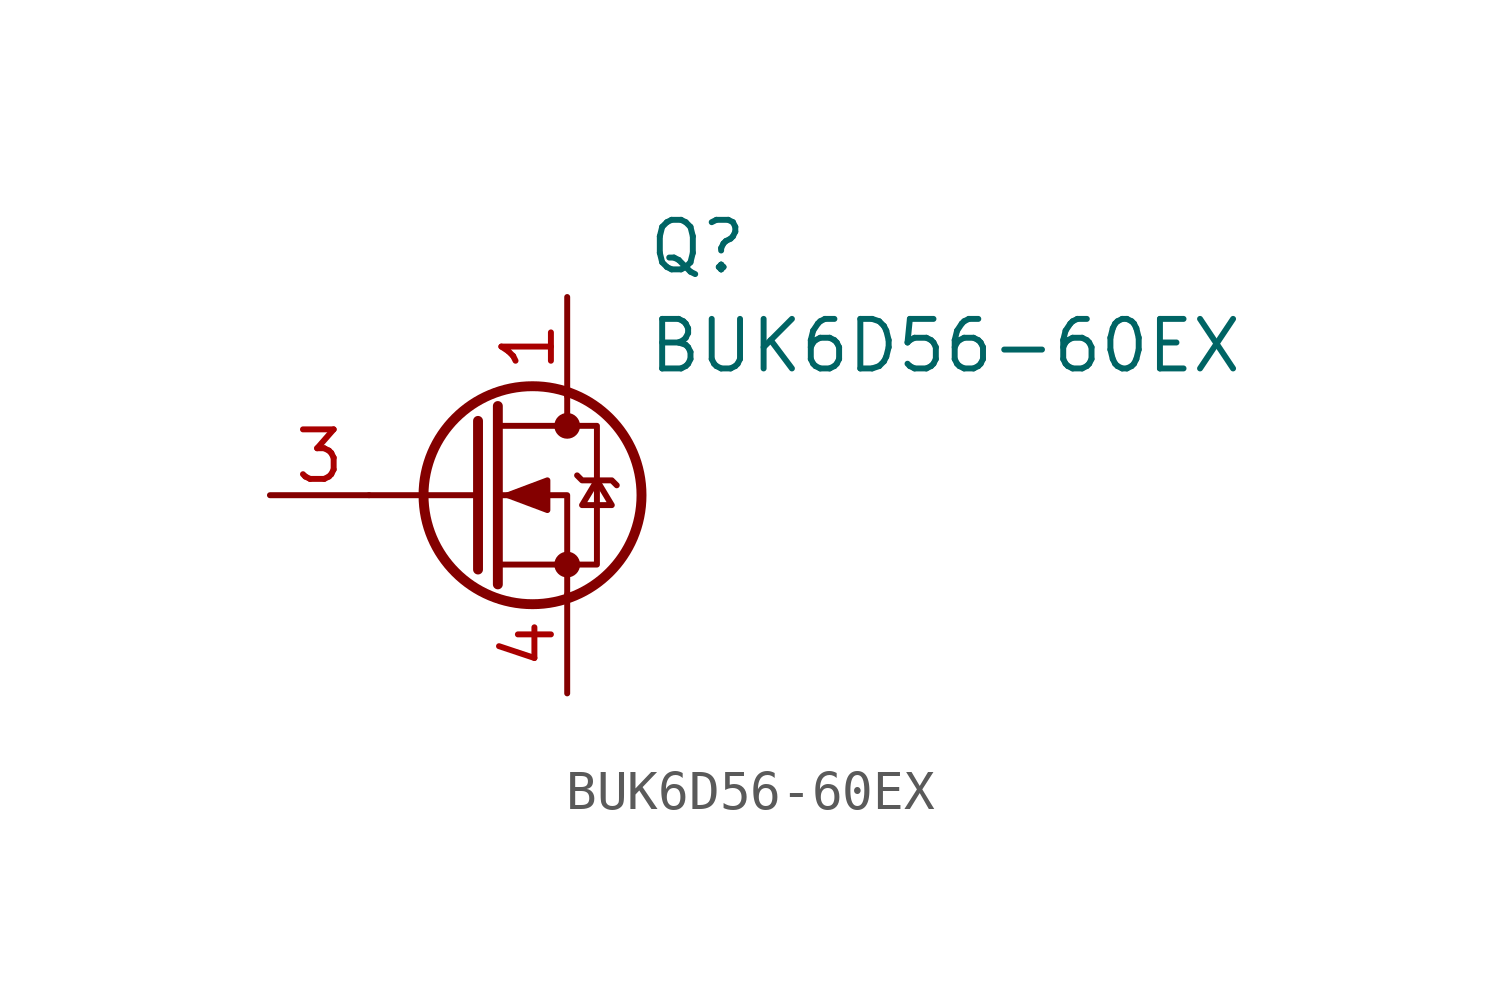
<source format=kicad_sym>
(kicad_symbol_lib
  (version 20231120)
  (generator "kicad_symbol_editor")
  (generator_version "8.0")
  (symbol "BUK6D56-60EX"
    (pin_names hide)
    (property "Reference" "Q"
      (at 9.652 7.112 0)
      (effects (font (size 1.27 1.27)) (justify left top)))
    (property "Value" "BUK6D56-60EX"
      (at 9.652 4.572 0)
      (effects (font (size 1.27 1.27)) (justify left top)))
    (symbol "BUK6D56-60EX_0_1"
      (polyline (pts (xy 5.334 0) (xy 2.54 0)) (stroke (width 0) (type default)) (fill (type none)))
      (polyline (pts (xy 5.334 1.905) (xy 5.334 -1.905)) (stroke (width 0.254) (type default)) (fill (type none)))
      (polyline (pts (xy 5.842 2.286) (xy 5.842 -2.286)) (stroke (width 0.254) (type default)) (fill (type none)))
      (polyline (pts (xy 7.62 2.54) (xy 7.62 1.778)) (stroke (width 0) (type default)) (fill (type none)))
      (polyline (pts (xy 7.62 -2.54) (xy 7.62 0) (xy 5.842 0)) (stroke (width 0) (type default)) (fill (type none)))
      (polyline (pts (xy 5.842 -1.778) (xy 8.382 -1.778) (xy 8.382 1.778) (xy 5.842 1.778)) (stroke (width 0) (type default)) (fill (type none)))
      (polyline (pts (xy 6.096 0) (xy 7.112 0.381) (xy 7.112 -0.381) (xy 6.096 0)) (stroke (width 0) (type default)) (fill (type outline)))
      (polyline (pts (xy 7.874 0.508) (xy 8.001 0.381) (xy 8.763 0.381) (xy 8.89 0.254)) (stroke (width 0) (type default)) (fill (type none)))
      (polyline (pts (xy 8.382 0.381) (xy 8.001 -0.254) (xy 8.763 -0.254) (xy 8.382 0.381)) (stroke (width 0) (type default)) (fill (type none)))
      (circle (center 6.731 0) (radius 2.794) (stroke (width 0.254) (type default)) (fill (type none)))
      (circle (center 7.62 -1.778) (radius 0.254) (stroke (width 0) (type default)) (fill (type outline)))
      (circle (center 7.62 1.778) (radius 0.254) (stroke (width 0) (type default)) (fill (type outline))))
    (symbol "BUK6D56-60EX_1_1"
      (pin passive line (at 7.62 5.08 270) (length 2.54) (name "D" (effects (font (size 1.27 1.27)))) (number "1" (effects (font (size 1.27 1.27)))))
      (pin passive line (at 7.62 5.08 270) (length 5.08) hide (name "D_2" (effects (font (size 1.27 1.27)))) (number "2" (effects (font (size 1.27 1.27)))))
      (pin input line (at 0 0 0) (length 2.54) (name "G" (effects (font (size 1.27 1.27)))) (number "3" (effects (font (size 1.27 1.27)))))
      (pin passive line (at 7.62 -5.08 90) (length 2.54) (name "S" (effects (font (size 1.27 1.27)))) (number "4" (effects (font (size 1.27 1.27)))))
      (pin passive line (at 7.62 5.08 270) (length 5.08) hide (name "D_3" (effects (font (size 1.27 1.27)))) (number "5" (effects (font (size 1.27 1.27)))))
      (pin passive line (at 7.62 5.08 270) (length 5.08) hide (name "D_4" (effects (font (size 1.27 1.27)))) (number "6" (effects (font (size 1.27 1.27)))))
      (pin passive line (at 7.62 5.08 270) (length 5.08) hide (name "D_5" (effects (font (size 1.27 1.27)))) (number "7" (effects (font (size 1.27 1.27)))))
      (pin passive line (at 7.62 -5.08 90) (length 5.08) hide (name "S_2" (effects (font (size 1.27 1.27)))) (number "8" (effects (font (size 1.27 1.27))))))))
</source>
